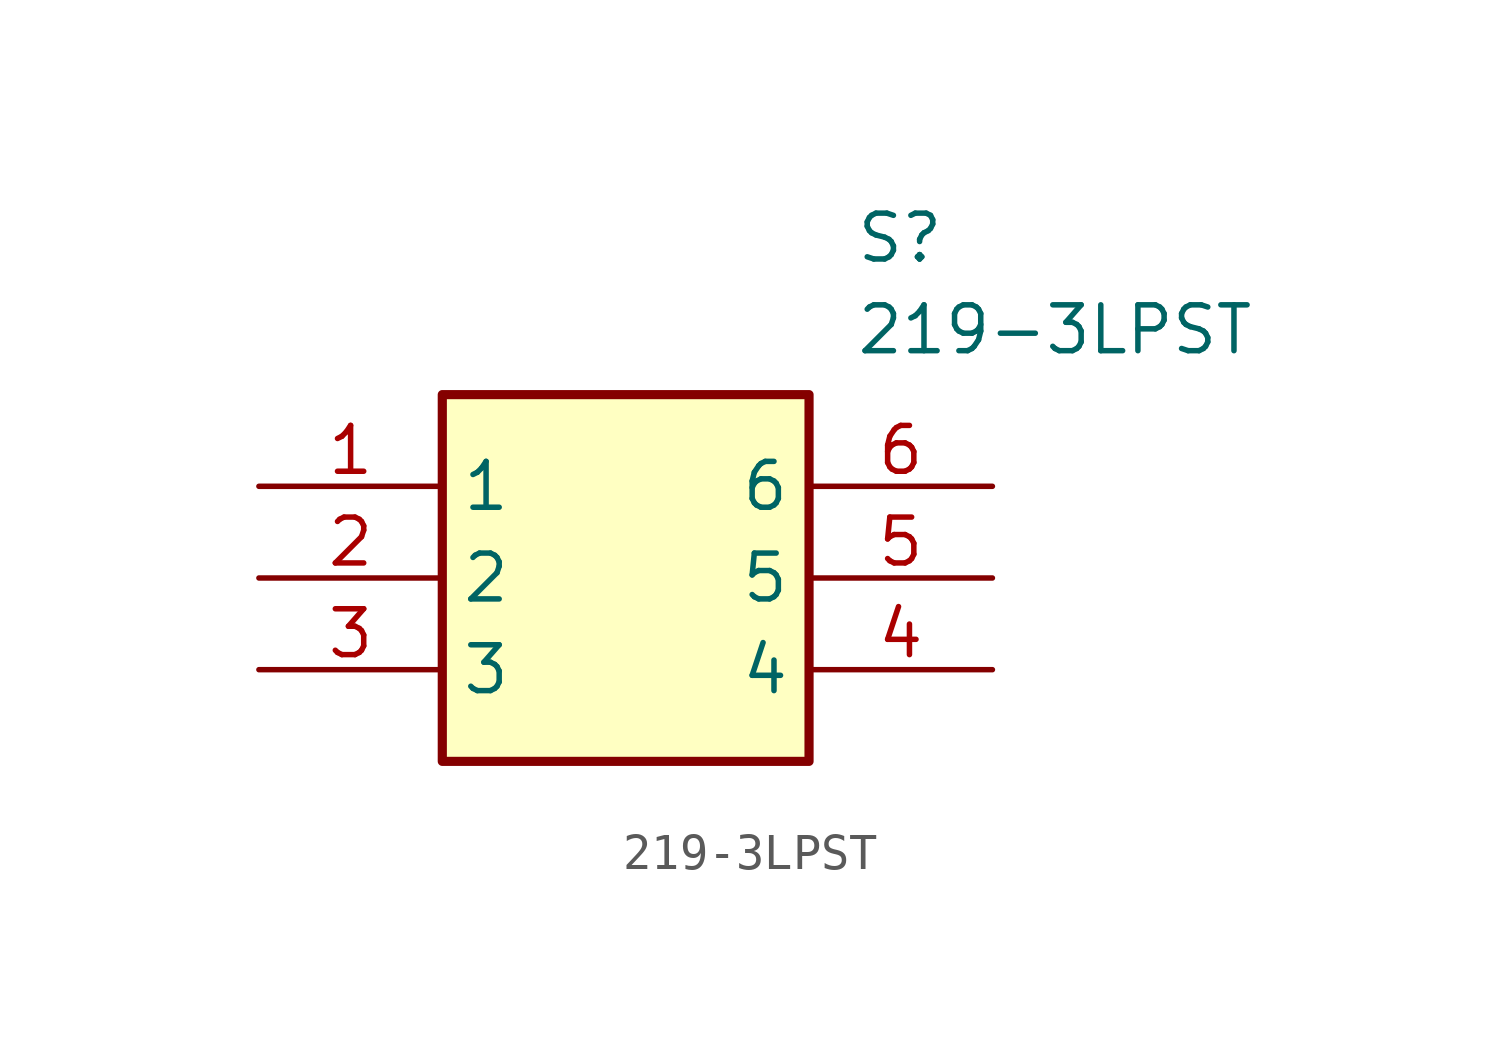
<source format=kicad_sym>
(kicad_symbol_lib
  (version 20211014)
  (generator SamacSys_ECAD_Model)
  (symbol "219-3LPST"
    (property "Reference" "S"
      (at 16.51 7.62 0)
      (effects (font (size 1.27 1.27)) (justify left top)))
    (property "Value" "219-3LPST"
      (at 16.51 5.08 0)
      (effects (font (size 1.27 1.27)) (justify left top)))
    (rectangle
      (start 5.08 2.54)
      (end 15.24 -7.62)
      (stroke (width 0.254) (type default))
      (fill (type background)))
    (pin passive line
      (at 0 0 0)
      (length 5.08)
      (name "1" (effects (font (size 1.27 1.27))))
      (number "1" (effects (font (size 1.27 1.27)))))
    (pin passive line
      (at 0 -2.54 0)
      (length 5.08)
      (name "2" (effects (font (size 1.27 1.27))))
      (number "2" (effects (font (size 1.27 1.27)))))
    (pin passive line
      (at 0 -5.08 0)
      (length 5.08)
      (name "3" (effects (font (size 1.27 1.27))))
      (number "3" (effects (font (size 1.27 1.27)))))
    (pin passive line
      (at 20.32 -5.08 180)
      (length 5.08)
      (name "4" (effects (font (size 1.27 1.27))))
      (number "4" (effects (font (size 1.27 1.27)))))
    (pin passive line
      (at 20.32 -2.54 180)
      (length 5.08)
      (name "5" (effects (font (size 1.27 1.27))))
      (number "5" (effects (font (size 1.27 1.27)))))
    (pin passive line
      (at 20.32 0 180)
      (length 5.08)
      (name "6" (effects (font (size 1.27 1.27))))
      (number "6" (effects (font (size 1.27 1.27)))))))
</source>
